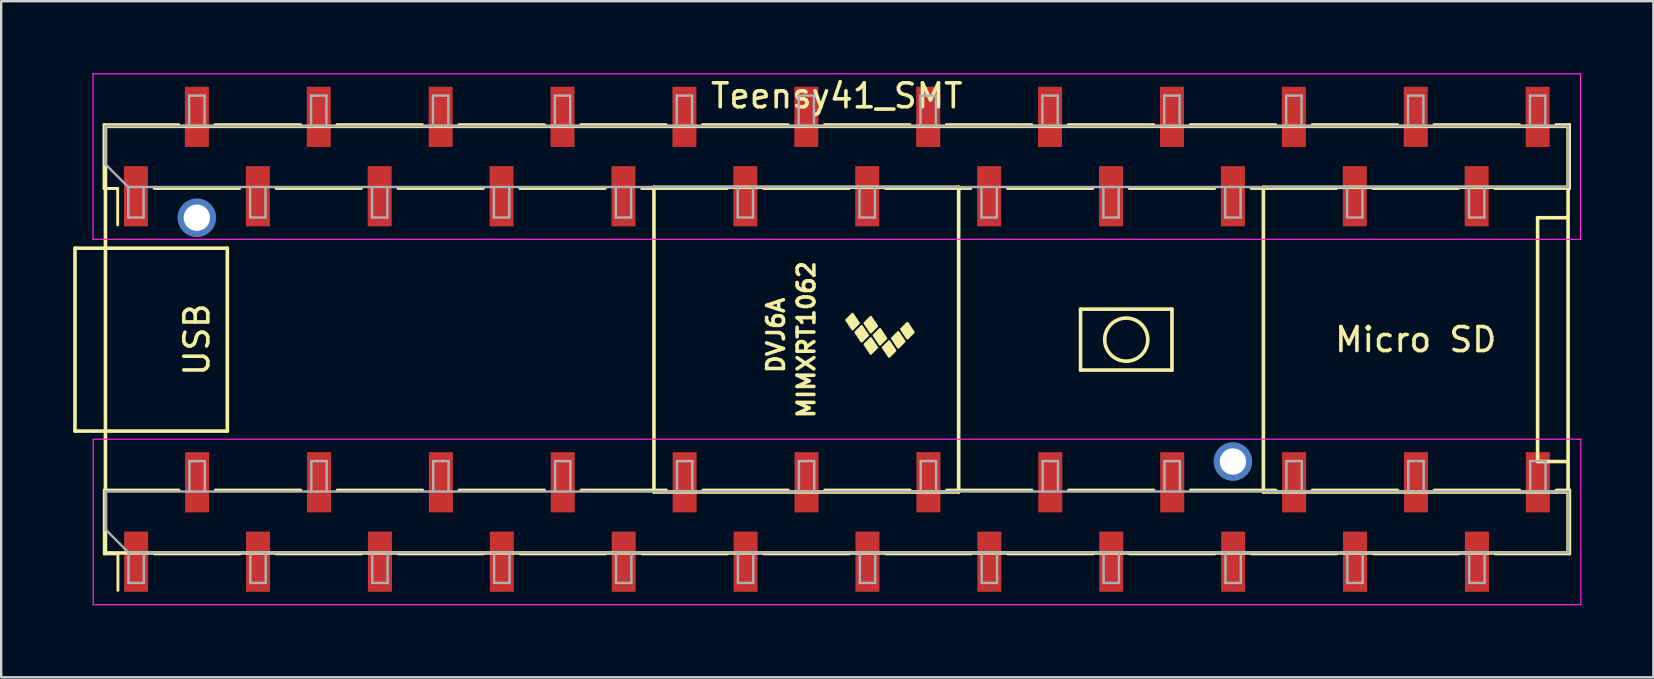
<source format=kicad_pcb>
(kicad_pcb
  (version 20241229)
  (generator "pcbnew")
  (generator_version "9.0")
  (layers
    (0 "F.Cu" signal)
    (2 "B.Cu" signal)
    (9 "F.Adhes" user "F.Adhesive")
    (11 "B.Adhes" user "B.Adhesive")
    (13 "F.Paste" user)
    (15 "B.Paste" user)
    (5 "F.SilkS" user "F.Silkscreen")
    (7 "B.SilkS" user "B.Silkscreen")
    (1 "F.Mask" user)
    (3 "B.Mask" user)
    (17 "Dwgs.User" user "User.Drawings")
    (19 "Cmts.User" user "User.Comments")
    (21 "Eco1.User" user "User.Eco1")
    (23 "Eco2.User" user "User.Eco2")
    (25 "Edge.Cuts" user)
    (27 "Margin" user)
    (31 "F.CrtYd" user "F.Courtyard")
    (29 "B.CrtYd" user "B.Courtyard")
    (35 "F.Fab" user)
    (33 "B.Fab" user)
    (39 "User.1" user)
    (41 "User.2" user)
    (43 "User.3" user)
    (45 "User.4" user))
  (footprint "Teensy41_SMT"
    (layer "F.Cu")
    (at 31.825 11.105)
    (property "Reference" "Teensy41_SMT" (at 0 -10.16 0) (layer "F.SilkS") (effects (font (size 1 1) (thickness 0.15))))
    (attr through_hole)
    (fp_line (start -31.75 -3.81) (end -30.48 -3.81) (stroke (width 0.15) (type solid)) (layer "F.SilkS"))
    (fp_line (start -31.75 3.81) (end -31.75 -3.81) (stroke (width 0.15) (type solid)) (layer "F.SilkS"))
    (fp_line (start -30.54 -8.96) (end -27.43 -8.96) (stroke (width 0.12) (type solid)) (layer "F.SilkS"))
    (fp_line (start -30.54 -6.3) (end -30.54 -8.96) (stroke (width 0.12) (type solid)) (layer "F.SilkS"))
    (fp_line (start -30.54 -6.3) (end -29.97 -6.3) (stroke (width 0.12) (type solid)) (layer "F.SilkS"))
    (fp_line (start -30.53 6.27) (end -27.42 6.27) (stroke (width 0.12) (type solid)) (layer "F.SilkS"))
    (fp_line (start -30.53 8.93) (end -30.53 6.27) (stroke (width 0.12) (type solid)) (layer "F.SilkS"))
    (fp_line (start -30.53 8.93) (end -29.96 8.93) (stroke (width 0.12) (type solid)) (layer "F.SilkS"))
    (fp_line (start -30.48 -8.89) (end 30.48 -8.89) (stroke (width 0.15) (type solid)) (layer "F.SilkS"))
    (fp_line (start -30.48 3.81) (end -31.75 3.81) (stroke (width 0.15) (type solid)) (layer "F.SilkS"))
    (fp_line (start -30.48 8.89) (end -30.48 -8.89) (stroke (width 0.15) (type solid)) (layer "F.SilkS"))
    (fp_line (start -29.97 -6.3) (end -29.97 -4.78) (stroke (width 0.12) (type solid)) (layer "F.SilkS"))
    (fp_line (start -29.96 8.93) (end -29.96 10.45) (stroke (width 0.12) (type solid)) (layer "F.SilkS"))
    (fp_line (start -28.45 -6.3) (end -24.89 -6.3) (stroke (width 0.12) (type solid)) (layer "F.SilkS"))
    (fp_line (start -28.44 8.93) (end -24.88 8.93) (stroke (width 0.12) (type solid)) (layer "F.SilkS"))
    (fp_line (start -25.91 -8.96) (end -22.35 -8.96) (stroke (width 0.12) (type solid)) (layer "F.SilkS"))
    (fp_line (start -25.9 6.27) (end -22.34 6.27) (stroke (width 0.12) (type solid)) (layer "F.SilkS"))
    (fp_line (start -25.4 -3.81) (end -30.48 -3.81) (stroke (width 0.15) (type solid)) (layer "F.SilkS"))
    (fp_line (start -25.4 3.81) (end -30.48 3.81) (stroke (width 0.15) (type solid)) (layer "F.SilkS"))
    (fp_line (start -25.4 3.81) (end -25.4 -3.81) (stroke (width 0.15) (type solid)) (layer "F.SilkS"))
    (fp_line (start -23.37 -6.3) (end -19.81 -6.3) (stroke (width 0.12) (type solid)) (layer "F.SilkS"))
    (fp_line (start -23.36 8.93) (end -19.8 8.93) (stroke (width 0.12) (type solid)) (layer "F.SilkS"))
    (fp_line (start -20.83 -8.96) (end -17.27 -8.96) (stroke (width 0.12) (type solid)) (layer "F.SilkS"))
    (fp_line (start -20.82 6.27) (end -17.26 6.27) (stroke (width 0.12) (type solid)) (layer "F.SilkS"))
    (fp_line (start -18.29 -6.3) (end -14.73 -6.3) (stroke (width 0.12) (type solid)) (layer "F.SilkS"))
    (fp_line (start -18.28 8.93) (end -14.72 8.93) (stroke (width 0.12) (type solid)) (layer "F.SilkS"))
    (fp_line (start -15.75 -8.96) (end -12.19 -8.96) (stroke (width 0.12) (type solid)) (layer "F.SilkS"))
    (fp_line (start -15.74 6.27) (end -12.18 6.27) (stroke (width 0.12) (type solid)) (layer "F.SilkS"))
    (fp_line (start -13.21 -6.3) (end -9.65 -6.3) (stroke (width 0.12) (type solid)) (layer "F.SilkS"))
    (fp_line (start -13.2 8.93) (end -9.64 8.93) (stroke (width 0.12) (type solid)) (layer "F.SilkS"))
    (fp_line (start -10.67 -8.96) (end -7.11 -8.96) (stroke (width 0.12) (type solid)) (layer "F.SilkS"))
    (fp_line (start -10.66 6.27) (end -7.1 6.27) (stroke (width 0.12) (type solid)) (layer "F.SilkS"))
    (fp_line (start -8.13 -6.3) (end -4.57 -6.3) (stroke (width 0.12) (type solid)) (layer "F.SilkS"))
    (fp_line (start -8.12 8.93) (end -4.56 8.93) (stroke (width 0.12) (type solid)) (layer "F.SilkS"))
    (fp_line (start -7.62 -6.35) (end -7.62 6.35) (stroke (width 0.15) (type solid)) (layer "F.SilkS"))
    (fp_line (start -7.62 6.35) (end 5.08 6.35) (stroke (width 0.15) (type solid)) (layer "F.SilkS"))
    (fp_line (start -5.59 -8.96) (end -2.03 -8.96) (stroke (width 0.12) (type solid)) (layer "F.SilkS"))
    (fp_line (start -5.58 6.27) (end -2.02 6.27) (stroke (width 0.12) (type solid)) (layer "F.SilkS"))
    (fp_line (start -3.05 -6.3) (end 0.51 -6.3) (stroke (width 0.12) (type solid)) (layer "F.SilkS"))
    (fp_line (start -3.04 8.93) (end 0.52 8.93) (stroke (width 0.12) (type solid)) (layer "F.SilkS"))
    (fp_line (start -0.51 -8.96) (end 3.05 -8.96) (stroke (width 0.12) (type solid)) (layer "F.SilkS"))
    (fp_line (start -0.5 6.27) (end 3.06 6.27) (stroke (width 0.12) (type solid)) (layer "F.SilkS"))
    (fp_line (start 2.03 -6.3) (end 5.59 -6.3) (stroke (width 0.12) (type solid)) (layer "F.SilkS"))
    (fp_line (start 2.04 8.93) (end 5.6 8.93) (stroke (width 0.12) (type solid)) (layer "F.SilkS"))
    (fp_line (start 4.57 -8.96) (end 8.13 -8.96) (stroke (width 0.12) (type solid)) (layer "F.SilkS"))
    (fp_line (start 4.58 6.27) (end 8.14 6.27) (stroke (width 0.12) (type solid)) (layer "F.SilkS"))
    (fp_line (start 5.08 -6.35) (end -7.62 -6.35) (stroke (width 0.15) (type solid)) (layer "F.SilkS"))
    (fp_line (start 5.08 6.35) (end 5.08 -6.35) (stroke (width 0.15) (type solid)) (layer "F.SilkS"))
    (fp_line (start 7.11 -6.3) (end 10.67 -6.3) (stroke (width 0.12) (type solid)) (layer "F.SilkS"))
    (fp_line (start 7.12 8.93) (end 10.68 8.93) (stroke (width 0.12) (type solid)) (layer "F.SilkS"))
    (fp_line (start 9.65 -8.96) (end 13.21 -8.96) (stroke (width 0.12) (type solid)) (layer "F.SilkS"))
    (fp_line (start 9.66 6.27) (end 13.22 6.27) (stroke (width 0.12) (type solid)) (layer "F.SilkS"))
    (fp_line (start 10.16 -1.27) (end 13.97 -1.27) (stroke (width 0.15) (type solid)) (layer "F.SilkS"))
    (fp_line (start 10.16 1.27) (end 10.16 -1.27) (stroke (width 0.15) (type solid)) (layer "F.SilkS"))
    (fp_line (start 12.19 -6.3) (end 15.75 -6.3) (stroke (width 0.12) (type solid)) (layer "F.SilkS"))
    (fp_line (start 12.2 8.93) (end 15.76 8.93) (stroke (width 0.12) (type solid)) (layer "F.SilkS"))
    (fp_line (start 13.97 -1.27) (end 13.97 1.27) (stroke (width 0.15) (type solid)) (layer "F.SilkS"))
    (fp_line (start 13.97 1.27) (end 10.16 1.27) (stroke (width 0.15) (type solid)) (layer "F.SilkS"))
    (fp_line (start 14.73 -8.96) (end 18.29 -8.96) (stroke (width 0.12) (type solid)) (layer "F.SilkS"))
    (fp_line (start 14.74 6.27) (end 18.3 6.27) (stroke (width 0.12) (type solid)) (layer "F.SilkS"))
    (fp_line (start 17.27 -6.3) (end 20.83 -6.3) (stroke (width 0.12) (type solid)) (layer "F.SilkS"))
    (fp_line (start 17.28 8.93) (end 20.84 8.93) (stroke (width 0.12) (type solid)) (layer "F.SilkS"))
    (fp_line (start 17.78 -6.35) (end 17.78 6.35) (stroke (width 0.15) (type solid)) (layer "F.SilkS"))
    (fp_line (start 17.78 6.35) (end 30.48 6.35) (stroke (width 0.15) (type solid)) (layer "F.SilkS"))
    (fp_line (start 19.81 -8.96) (end 23.37 -8.96) (stroke (width 0.12) (type solid)) (layer "F.SilkS"))
    (fp_line (start 19.82 6.27) (end 23.38 6.27) (stroke (width 0.12) (type solid)) (layer "F.SilkS"))
    (fp_line (start 22.35 -6.3) (end 25.91 -6.3) (stroke (width 0.12) (type solid)) (layer "F.SilkS"))
    (fp_line (start 22.36 8.93) (end 25.92 8.93) (stroke (width 0.12) (type solid)) (layer "F.SilkS"))
    (fp_line (start 24.89 -8.96) (end 28.45 -8.96) (stroke (width 0.12) (type solid)) (layer "F.SilkS"))
    (fp_line (start 24.9 6.27) (end 28.46 6.27) (stroke (width 0.12) (type solid)) (layer "F.SilkS"))
    (fp_line (start 27.43 -6.3) (end 30.54 -6.3) (stroke (width 0.12) (type solid)) (layer "F.SilkS"))
    (fp_line (start 27.44 8.93) (end 30.55 8.93) (stroke (width 0.12) (type solid)) (layer "F.SilkS"))
    (fp_line (start 29.21 -5.08) (end 29.21 5.08) (stroke (width 0.15) (type solid)) (layer "F.SilkS"))
    (fp_line (start 29.21 5.08) (end 30.48 5.08) (stroke (width 0.15) (type solid)) (layer "F.SilkS"))
    (fp_line (start 29.97 -8.96) (end 30.54 -8.96) (stroke (width 0.12) (type solid)) (layer "F.SilkS"))
    (fp_line (start 29.98 6.27) (end 30.55 6.27) (stroke (width 0.12) (type solid)) (layer "F.SilkS"))
    (fp_line (start 30.48 -8.89) (end 30.48 8.89) (stroke (width 0.15) (type solid)) (layer "F.SilkS"))
    (fp_line (start 30.48 -6.35) (end 17.78 -6.35) (stroke (width 0.15) (type solid)) (layer "F.SilkS"))
    (fp_line (start 30.48 -5.08) (end 29.21 -5.08) (stroke (width 0.15) (type solid)) (layer "F.SilkS"))
    (fp_line (start 30.48 8.89) (end -30.48 8.89) (stroke (width 0.15) (type solid)) (layer "F.SilkS"))
    (fp_line (start 30.54 -6.3) (end 30.54 -8.96) (stroke (width 0.12) (type solid)) (layer "F.SilkS"))
    (fp_line (start 30.55 8.93) (end 30.55 6.27) (stroke (width 0.12) (type solid)) (layer "F.SilkS"))
    (fp_circle (center 12.065 0) (end 12.7 -0.635) (stroke (width 0.15) (type solid)) (fill no) (layer "F.SilkS"))
    (fp_poly (pts (xy 0.911 -0.688) (xy 0.657 -0.434) (xy 0.403 -0.815) (xy 0.657 -1.069)) (stroke (width 0.1) (type solid)) (fill yes) (layer "F.SilkS"))
    (fp_poly (pts (xy 1.292 -0.18) (xy 1.038 0.074) (xy 0.784 -0.307) (xy 1.038 -0.561)) (stroke (width 0.1) (type solid)) (fill yes) (layer "F.SilkS"))
    (fp_poly (pts (xy 1.673 -0.561) (xy 1.419 -0.307) (xy 1.165 -0.688) (xy 1.419 -0.942)) (stroke (width 0.1) (type solid)) (fill yes) (layer "F.SilkS"))
    (fp_poly (pts (xy 1.673 0.328) (xy 1.419 0.582) (xy 1.165 0.201) (xy 1.419 -0.053)) (stroke (width 0.1) (type solid)) (fill yes) (layer "F.SilkS"))
    (fp_poly (pts (xy 2.054 -0.053) (xy 1.8 0.201) (xy 1.546 -0.18) (xy 1.8 -0.434)) (stroke (width 0.1) (type solid)) (fill yes) (layer "F.SilkS"))
    (fp_poly (pts (xy 2.435 0.455) (xy 2.181 0.709) (xy 1.927 0.328) (xy 2.181 0.074)) (stroke (width 0.1) (type solid)) (fill yes) (layer "F.SilkS"))
    (fp_poly (pts (xy 2.816 0.074) (xy 2.562 0.328) (xy 2.308 -0.053) (xy 2.562 -0.307)) (stroke (width 0.1) (type solid)) (fill yes) (layer "F.SilkS"))
    (fp_poly (pts (xy 3.197 -0.307) (xy 2.943 -0.053) (xy 2.689 -0.434) (xy 2.943 -0.688)) (stroke (width 0.1) (type solid)) (fill yes) (layer "F.SilkS"))
    (fp_line (start -31 -11.08) (end -31 -4.18) (stroke (width 0.05) (type solid)) (layer "F.CrtYd"))
    (fp_line (start -31 -4.18) (end 31 -4.18) (stroke (width 0.05) (type solid)) (layer "F.CrtYd"))
    (fp_line (start -30.99 4.15) (end -30.99 11.05) (stroke (width 0.05) (type solid)) (layer "F.CrtYd"))
    (fp_line (start -30.99 11.05) (end 31.01 11.05) (stroke (width 0.05) (type solid)) (layer "F.CrtYd"))
    (fp_line (start 31 -11.08) (end -31 -11.08) (stroke (width 0.05) (type solid)) (layer "F.CrtYd"))
    (fp_line (start 31 -4.18) (end 31 -11.08) (stroke (width 0.05) (type solid)) (layer "F.CrtYd"))
    (fp_line (start 31.01 4.15) (end -30.99 4.15) (stroke (width 0.05) (type solid)) (layer "F.CrtYd"))
    (fp_line (start 31.01 11.05) (end 31.01 4.15) (stroke (width 0.05) (type solid)) (layer "F.CrtYd"))
    (fp_line (start -30.48 -8.9) (end 30.48 -8.9) (stroke (width 0.1) (type solid)) (layer "F.Fab"))
    (fp_line (start -30.48 -7.31) (end -30.48 -8.9) (stroke (width 0.1) (type solid)) (layer "F.Fab"))
    (fp_line (start -30.47 6.33) (end 30.49 6.33) (stroke (width 0.1) (type solid)) (layer "F.Fab"))
    (fp_line (start -30.47 7.92) (end -30.47 6.33) (stroke (width 0.1) (type solid)) (layer "F.Fab"))
    (fp_line (start -29.53 -6.36) (end -30.48 -7.31) (stroke (width 0.1) (type solid)) (layer "F.Fab"))
    (fp_line (start -29.53 -6.36) (end -29.53 -5.09) (stroke (width 0.1) (type solid)) (layer "F.Fab"))
    (fp_line (start -29.53 -5.09) (end -28.89 -5.09) (stroke (width 0.1) (type solid)) (layer "F.Fab"))
    (fp_line (start -29.52 8.87) (end -30.47 7.92) (stroke (width 0.1) (type solid)) (layer "F.Fab"))
    (fp_line (start -29.52 8.87) (end -29.52 10.14) (stroke (width 0.1) (type solid)) (layer "F.Fab"))
    (fp_line (start -29.52 10.14) (end -28.88 10.14) (stroke (width 0.1) (type solid)) (layer "F.Fab"))
    (fp_line (start -28.89 -5.09) (end -28.89 -6.36) (stroke (width 0.1) (type solid)) (layer "F.Fab"))
    (fp_line (start -28.88 10.14) (end -28.88 8.87) (stroke (width 0.1) (type solid)) (layer "F.Fab"))
    (fp_line (start -26.99 -10.17) (end -26.35 -10.17) (stroke (width 0.1) (type solid)) (layer "F.Fab"))
    (fp_line (start -26.99 -8.9) (end -26.99 -10.17) (stroke (width 0.1) (type solid)) (layer "F.Fab"))
    (fp_line (start -26.98 5.06) (end -26.34 5.06) (stroke (width 0.1) (type solid)) (layer "F.Fab"))
    (fp_line (start -26.98 6.33) (end -26.98 5.06) (stroke (width 0.1) (type solid)) (layer "F.Fab"))
    (fp_line (start -26.35 -10.17) (end -26.35 -8.9) (stroke (width 0.1) (type solid)) (layer "F.Fab"))
    (fp_line (start -26.34 5.06) (end -26.34 6.33) (stroke (width 0.1) (type solid)) (layer "F.Fab"))
    (fp_line (start -24.45 -6.36) (end -24.45 -5.09) (stroke (width 0.1) (type solid)) (layer "F.Fab"))
    (fp_line (start -24.45 -5.09) (end -23.81 -5.09) (stroke (width 0.1) (type solid)) (layer "F.Fab"))
    (fp_line (start -24.44 8.87) (end -24.44 10.14) (stroke (width 0.1) (type solid)) (layer "F.Fab"))
    (fp_line (start -24.44 10.14) (end -23.8 10.14) (stroke (width 0.1) (type solid)) (layer "F.Fab"))
    (fp_line (start -23.81 -5.09) (end -23.81 -6.36) (stroke (width 0.1) (type solid)) (layer "F.Fab"))
    (fp_line (start -23.8 10.14) (end -23.8 8.87) (stroke (width 0.1) (type solid)) (layer "F.Fab"))
    (fp_line (start -21.91 -10.17) (end -21.27 -10.17) (stroke (width 0.1) (type solid)) (layer "F.Fab"))
    (fp_line (start -21.91 -8.9) (end -21.91 -10.17) (stroke (width 0.1) (type solid)) (layer "F.Fab"))
    (fp_line (start -21.9 5.06) (end -21.26 5.06) (stroke (width 0.1) (type solid)) (layer "F.Fab"))
    (fp_line (start -21.9 6.33) (end -21.9 5.06) (stroke (width 0.1) (type solid)) (layer "F.Fab"))
    (fp_line (start -21.27 -10.17) (end -21.27 -8.9) (stroke (width 0.1) (type solid)) (layer "F.Fab"))
    (fp_line (start -21.26 5.06) (end -21.26 6.33) (stroke (width 0.1) (type solid)) (layer "F.Fab"))
    (fp_line (start -19.37 -6.36) (end -19.37 -5.09) (stroke (width 0.1) (type solid)) (layer "F.Fab"))
    (fp_line (start -19.37 -5.09) (end -18.73 -5.09) (stroke (width 0.1) (type solid)) (layer "F.Fab"))
    (fp_line (start -19.36 8.87) (end -19.36 10.14) (stroke (width 0.1) (type solid)) (layer "F.Fab"))
    (fp_line (start -19.36 10.14) (end -18.72 10.14) (stroke (width 0.1) (type solid)) (layer "F.Fab"))
    (fp_line (start -18.73 -5.09) (end -18.73 -6.36) (stroke (width 0.1) (type solid)) (layer "F.Fab"))
    (fp_line (start -18.72 10.14) (end -18.72 8.87) (stroke (width 0.1) (type solid)) (layer "F.Fab"))
    (fp_line (start -16.83 -10.17) (end -16.19 -10.17) (stroke (width 0.1) (type solid)) (layer "F.Fab"))
    (fp_line (start -16.83 -8.9) (end -16.83 -10.17) (stroke (width 0.1) (type solid)) (layer "F.Fab"))
    (fp_line (start -16.82 5.06) (end -16.18 5.06) (stroke (width 0.1) (type solid)) (layer "F.Fab"))
    (fp_line (start -16.82 6.33) (end -16.82 5.06) (stroke (width 0.1) (type solid)) (layer "F.Fab"))
    (fp_line (start -16.19 -10.17) (end -16.19 -8.9) (stroke (width 0.1) (type solid)) (layer "F.Fab"))
    (fp_line (start -16.18 5.06) (end -16.18 6.33) (stroke (width 0.1) (type solid)) (layer "F.Fab"))
    (fp_line (start -14.29 -6.36) (end -14.29 -5.09) (stroke (width 0.1) (type solid)) (layer "F.Fab"))
    (fp_line (start -14.29 -5.09) (end -13.65 -5.09) (stroke (width 0.1) (type solid)) (layer "F.Fab"))
    (fp_line (start -14.28 8.87) (end -14.28 10.14) (stroke (width 0.1) (type solid)) (layer "F.Fab"))
    (fp_line (start -14.28 10.14) (end -13.64 10.14) (stroke (width 0.1) (type solid)) (layer "F.Fab"))
    (fp_line (start -13.65 -5.09) (end -13.65 -6.36) (stroke (width 0.1) (type solid)) (layer "F.Fab"))
    (fp_line (start -13.64 10.14) (end -13.64 8.87) (stroke (width 0.1) (type solid)) (layer "F.Fab"))
    (fp_line (start -11.75 -10.17) (end -11.11 -10.17) (stroke (width 0.1) (type solid)) (layer "F.Fab"))
    (fp_line (start -11.75 -8.9) (end -11.75 -10.17) (stroke (width 0.1) (type solid)) (layer "F.Fab"))
    (fp_line (start -11.74 5.06) (end -11.1 5.06) (stroke (width 0.1) (type solid)) (layer "F.Fab"))
    (fp_line (start -11.74 6.33) (end -11.74 5.06) (stroke (width 0.1) (type solid)) (layer "F.Fab"))
    (fp_line (start -11.11 -10.17) (end -11.11 -8.9) (stroke (width 0.1) (type solid)) (layer "F.Fab"))
    (fp_line (start -11.1 5.06) (end -11.1 6.33) (stroke (width 0.1) (type solid)) (layer "F.Fab"))
    (fp_line (start -9.21 -6.36) (end -9.21 -5.09) (stroke (width 0.1) (type solid)) (layer "F.Fab"))
    (fp_line (start -9.21 -5.09) (end -8.57 -5.09) (stroke (width 0.1) (type solid)) (layer "F.Fab"))
    (fp_line (start -9.2 8.87) (end -9.2 10.14) (stroke (width 0.1) (type solid)) (layer "F.Fab"))
    (fp_line (start -9.2 10.14) (end -8.56 10.14) (stroke (width 0.1) (type solid)) (layer "F.Fab"))
    (fp_line (start -8.57 -5.09) (end -8.57 -6.36) (stroke (width 0.1) (type solid)) (layer "F.Fab"))
    (fp_line (start -8.56 10.14) (end -8.56 8.87) (stroke (width 0.1) (type solid)) (layer "F.Fab"))
    (fp_line (start -6.67 -10.17) (end -6.03 -10.17) (stroke (width 0.1) (type solid)) (layer "F.Fab"))
    (fp_line (start -6.67 -8.9) (end -6.67 -10.17) (stroke (width 0.1) (type solid)) (layer "F.Fab"))
    (fp_line (start -6.66 5.06) (end -6.02 5.06) (stroke (width 0.1) (type solid)) (layer "F.Fab"))
    (fp_line (start -6.66 6.33) (end -6.66 5.06) (stroke (width 0.1) (type solid)) (layer "F.Fab"))
    (fp_line (start -6.03 -10.17) (end -6.03 -8.9) (stroke (width 0.1) (type solid)) (layer "F.Fab"))
    (fp_line (start -6.02 5.06) (end -6.02 6.33) (stroke (width 0.1) (type solid)) (layer "F.Fab"))
    (fp_line (start -4.13 -6.36) (end -4.13 -5.09) (stroke (width 0.1) (type solid)) (layer "F.Fab"))
    (fp_line (start -4.13 -5.09) (end -3.49 -5.09) (stroke (width 0.1) (type solid)) (layer "F.Fab"))
    (fp_line (start -4.12 8.87) (end -4.12 10.14) (stroke (width 0.1) (type solid)) (layer "F.Fab"))
    (fp_line (start -4.12 10.14) (end -3.48 10.14) (stroke (width 0.1) (type solid)) (layer "F.Fab"))
    (fp_line (start -3.49 -5.09) (end -3.49 -6.36) (stroke (width 0.1) (type solid)) (layer "F.Fab"))
    (fp_line (start -3.48 10.14) (end -3.48 8.87) (stroke (width 0.1) (type solid)) (layer "F.Fab"))
    (fp_line (start -1.59 -10.17) (end -0.95 -10.17) (stroke (width 0.1) (type solid)) (layer "F.Fab"))
    (fp_line (start -1.59 -8.9) (end -1.59 -10.17) (stroke (width 0.1) (type solid)) (layer "F.Fab"))
    (fp_line (start -1.58 5.06) (end -0.94 5.06) (stroke (width 0.1) (type solid)) (layer "F.Fab"))
    (fp_line (start -1.58 6.33) (end -1.58 5.06) (stroke (width 0.1) (type solid)) (layer "F.Fab"))
    (fp_line (start -0.95 -10.17) (end -0.95 -8.9) (stroke (width 0.1) (type solid)) (layer "F.Fab"))
    (fp_line (start -0.94 5.06) (end -0.94 6.33) (stroke (width 0.1) (type solid)) (layer "F.Fab"))
    (fp_line (start 0.95 -6.36) (end 0.95 -5.09) (stroke (width 0.1) (type solid)) (layer "F.Fab"))
    (fp_line (start 0.95 -5.09) (end 1.59 -5.09) (stroke (width 0.1) (type solid)) (layer "F.Fab"))
    (fp_line (start 0.96 8.87) (end 0.96 10.14) (stroke (width 0.1) (type solid)) (layer "F.Fab"))
    (fp_line (start 0.96 10.14) (end 1.6 10.14) (stroke (width 0.1) (type solid)) (layer "F.Fab"))
    (fp_line (start 1.59 -5.09) (end 1.59 -6.36) (stroke (width 0.1) (type solid)) (layer "F.Fab"))
    (fp_line (start 1.6 10.14) (end 1.6 8.87) (stroke (width 0.1) (type solid)) (layer "F.Fab"))
    (fp_line (start 3.49 -10.17) (end 4.13 -10.17) (stroke (width 0.1) (type solid)) (layer "F.Fab"))
    (fp_line (start 3.49 -8.9) (end 3.49 -10.17) (stroke (width 0.1) (type solid)) (layer "F.Fab"))
    (fp_line (start 3.5 5.06) (end 4.14 5.06) (stroke (width 0.1) (type solid)) (layer "F.Fab"))
    (fp_line (start 3.5 6.33) (end 3.5 5.06) (stroke (width 0.1) (type solid)) (layer "F.Fab"))
    (fp_line (start 4.13 -10.17) (end 4.13 -8.9) (stroke (width 0.1) (type solid)) (layer "F.Fab"))
    (fp_line (start 4.14 5.06) (end 4.14 6.33) (stroke (width 0.1) (type solid)) (layer "F.Fab"))
    (fp_line (start 6.03 -6.36) (end 6.03 -5.09) (stroke (width 0.1) (type solid)) (layer "F.Fab"))
    (fp_line (start 6.03 -5.09) (end 6.67 -5.09) (stroke (width 0.1) (type solid)) (layer "F.Fab"))
    (fp_line (start 6.04 8.87) (end 6.04 10.14) (stroke (width 0.1) (type solid)) (layer "F.Fab"))
    (fp_line (start 6.04 10.14) (end 6.68 10.14) (stroke (width 0.1) (type solid)) (layer "F.Fab"))
    (fp_line (start 6.67 -5.09) (end 6.67 -6.36) (stroke (width 0.1) (type solid)) (layer "F.Fab"))
    (fp_line (start 6.68 10.14) (end 6.68 8.87) (stroke (width 0.1) (type solid)) (layer "F.Fab"))
    (fp_line (start 8.57 -10.17) (end 9.21 -10.17) (stroke (width 0.1) (type solid)) (layer "F.Fab"))
    (fp_line (start 8.57 -8.9) (end 8.57 -10.17) (stroke (width 0.1) (type solid)) (layer "F.Fab"))
    (fp_line (start 8.58 5.06) (end 9.22 5.06) (stroke (width 0.1) (type solid)) (layer "F.Fab"))
    (fp_line (start 8.58 6.33) (end 8.58 5.06) (stroke (width 0.1) (type solid)) (layer "F.Fab"))
    (fp_line (start 9.21 -10.17) (end 9.21 -8.9) (stroke (width 0.1) (type solid)) (layer "F.Fab"))
    (fp_line (start 9.22 5.06) (end 9.22 6.33) (stroke (width 0.1) (type solid)) (layer "F.Fab"))
    (fp_line (start 11.11 -6.36) (end 11.11 -5.09) (stroke (width 0.1) (type solid)) (layer "F.Fab"))
    (fp_line (start 11.11 -5.09) (end 11.75 -5.09) (stroke (width 0.1) (type solid)) (layer "F.Fab"))
    (fp_line (start 11.12 8.87) (end 11.12 10.14) (stroke (width 0.1) (type solid)) (layer "F.Fab"))
    (fp_line (start 11.12 10.14) (end 11.76 10.14) (stroke (width 0.1) (type solid)) (layer "F.Fab"))
    (fp_line (start 11.75 -5.09) (end 11.75 -6.36) (stroke (width 0.1) (type solid)) (layer "F.Fab"))
    (fp_line (start 11.76 10.14) (end 11.76 8.87) (stroke (width 0.1) (type solid)) (layer "F.Fab"))
    (fp_line (start 13.65 -10.17) (end 14.29 -10.17) (stroke (width 0.1) (type solid)) (layer "F.Fab"))
    (fp_line (start 13.65 -8.9) (end 13.65 -10.17) (stroke (width 0.1) (type solid)) (layer "F.Fab"))
    (fp_line (start 13.66 5.06) (end 14.3 5.06) (stroke (width 0.1) (type solid)) (layer "F.Fab"))
    (fp_line (start 13.66 6.33) (end 13.66 5.06) (stroke (width 0.1) (type solid)) (layer "F.Fab"))
    (fp_line (start 14.29 -10.17) (end 14.29 -8.9) (stroke (width 0.1) (type solid)) (layer "F.Fab"))
    (fp_line (start 14.3 5.06) (end 14.3 6.33) (stroke (width 0.1) (type solid)) (layer "F.Fab"))
    (fp_line (start 16.19 -6.36) (end 16.19 -5.09) (stroke (width 0.1) (type solid)) (layer "F.Fab"))
    (fp_line (start 16.19 -5.09) (end 16.83 -5.09) (stroke (width 0.1) (type solid)) (layer "F.Fab"))
    (fp_line (start 16.2 8.87) (end 16.2 10.14) (stroke (width 0.1) (type solid)) (layer "F.Fab"))
    (fp_line (start 16.2 10.14) (end 16.84 10.14) (stroke (width 0.1) (type solid)) (layer "F.Fab"))
    (fp_line (start 16.83 -5.09) (end 16.83 -6.36) (stroke (width 0.1) (type solid)) (layer "F.Fab"))
    (fp_line (start 16.84 10.14) (end 16.84 8.87) (stroke (width 0.1) (type solid)) (layer "F.Fab"))
    (fp_line (start 18.73 -10.17) (end 19.37 -10.17) (stroke (width 0.1) (type solid)) (layer "F.Fab"))
    (fp_line (start 18.73 -8.9) (end 18.73 -10.17) (stroke (width 0.1) (type solid)) (layer "F.Fab"))
    (fp_line (start 18.74 5.06) (end 19.38 5.06) (stroke (width 0.1) (type solid)) (layer "F.Fab"))
    (fp_line (start 18.74 6.33) (end 18.74 5.06) (stroke (width 0.1) (type solid)) (layer "F.Fab"))
    (fp_line (start 19.37 -10.17) (end 19.37 -8.9) (stroke (width 0.1) (type solid)) (layer "F.Fab"))
    (fp_line (start 19.38 5.06) (end 19.38 6.33) (stroke (width 0.1) (type solid)) (layer "F.Fab"))
    (fp_line (start 21.27 -6.36) (end 21.27 -5.09) (stroke (width 0.1) (type solid)) (layer "F.Fab"))
    (fp_line (start 21.27 -5.09) (end 21.91 -5.09) (stroke (width 0.1) (type solid)) (layer "F.Fab"))
    (fp_line (start 21.28 8.87) (end 21.28 10.14) (stroke (width 0.1) (type solid)) (layer "F.Fab"))
    (fp_line (start 21.28 10.14) (end 21.92 10.14) (stroke (width 0.1) (type solid)) (layer "F.Fab"))
    (fp_line (start 21.91 -5.09) (end 21.91 -6.36) (stroke (width 0.1) (type solid)) (layer "F.Fab"))
    (fp_line (start 21.92 10.14) (end 21.92 8.87) (stroke (width 0.1) (type solid)) (layer "F.Fab"))
    (fp_line (start 23.81 -10.17) (end 24.45 -10.17) (stroke (width 0.1) (type solid)) (layer "F.Fab"))
    (fp_line (start 23.81 -8.9) (end 23.81 -10.17) (stroke (width 0.1) (type solid)) (layer "F.Fab"))
    (fp_line (start 23.82 5.06) (end 24.46 5.06) (stroke (width 0.1) (type solid)) (layer "F.Fab"))
    (fp_line (start 23.82 6.33) (end 23.82 5.06) (stroke (width 0.1) (type solid)) (layer "F.Fab"))
    (fp_line (start 24.45 -10.17) (end 24.45 -8.9) (stroke (width 0.1) (type solid)) (layer "F.Fab"))
    (fp_line (start 24.46 5.06) (end 24.46 6.33) (stroke (width 0.1) (type solid)) (layer "F.Fab"))
    (fp_line (start 26.35 -6.36) (end 26.35 -5.09) (stroke (width 0.1) (type solid)) (layer "F.Fab"))
    (fp_line (start 26.35 -5.09) (end 26.99 -5.09) (stroke (width 0.1) (type solid)) (layer "F.Fab"))
    (fp_line (start 26.36 8.87) (end 26.36 10.14) (stroke (width 0.1) (type solid)) (layer "F.Fab"))
    (fp_line (start 26.36 10.14) (end 27 10.14) (stroke (width 0.1) (type solid)) (layer "F.Fab"))
    (fp_line (start 26.99 -5.09) (end 26.99 -6.36) (stroke (width 0.1) (type solid)) (layer "F.Fab"))
    (fp_line (start 27 10.14) (end 27 8.87) (stroke (width 0.1) (type solid)) (layer "F.Fab"))
    (fp_line (start 28.89 -10.17) (end 29.53 -10.17) (stroke (width 0.1) (type solid)) (layer "F.Fab"))
    (fp_line (start 28.89 -8.9) (end 28.89 -10.17) (stroke (width 0.1) (type solid)) (layer "F.Fab"))
    (fp_line (start 28.9 5.06) (end 29.54 5.06) (stroke (width 0.1) (type solid)) (layer "F.Fab"))
    (fp_line (start 28.9 6.33) (end 28.9 5.06) (stroke (width 0.1) (type solid)) (layer "F.Fab"))
    (fp_line (start 29.53 -10.17) (end 29.53 -8.9) (stroke (width 0.1) (type solid)) (layer "F.Fab"))
    (fp_line (start 29.54 5.06) (end 29.54 6.33) (stroke (width 0.1) (type solid)) (layer "F.Fab"))
    (fp_line (start 30.48 -8.9) (end 30.48 -6.36) (stroke (width 0.1) (type solid)) (layer "F.Fab"))
    (fp_line (start 30.48 -6.36) (end -29.53 -6.36) (stroke (width 0.1) (type solid)) (layer "F.Fab"))
    (fp_line (start 30.49 6.33) (end 30.49 8.87) (stroke (width 0.1) (type solid)) (layer "F.Fab"))
    (fp_line (start 30.49 8.87) (end -29.52 8.87) (stroke (width 0.1) (type solid)) (layer "F.Fab"))
    (fp_text user "USB" (at -26.67 0 270) (layer "F.SilkS") (effects (font (size 1 1) (thickness 0.15))))
    (fp_text user "MIMXRT1062" (at -1.27 0 270) (layer "F.SilkS") (effects (font (size 0.7 0.7) (thickness 0.15))))
    (fp_text user "Micro SD" (at 24.13 0 0) (layer "F.SilkS") (effects (font (size 1 1) (thickness 0.15))))
    (fp_text user "DVJ6A" (at -2.54 -0.18 270) (layer "F.SilkS") (effects (font (size 0.7 0.7) (thickness 0.15))))
    (pad "1" smd rect (at -29.2 9.255 90) (size 2.51 1) (layers "F.Cu" "F.Mask" "F.Paste"))
    (pad "2" smd rect (at -26.66 5.945 90) (size 2.51 1) (layers "F.Cu" "F.Mask" "F.Paste"))
    (pad "3" smd rect (at -24.12 9.255 90) (size 2.51 1) (layers "F.Cu" "F.Mask" "F.Paste"))
    (pad "4" smd rect (at -21.58 5.945 90) (size 2.51 1) (layers "F.Cu" "F.Mask" "F.Paste"))
    (pad "5" smd rect (at -19.04 9.255 90) (size 2.51 1) (layers "F.Cu" "F.Mask" "F.Paste"))
    (pad "6" smd rect (at -16.5 5.945 90) (size 2.51 1) (layers "F.Cu" "F.Mask" "F.Paste"))
    (pad "7" smd rect (at -13.96 9.255 90) (size 2.51 1) (layers "F.Cu" "F.Mask" "F.Paste"))
    (pad "8" smd rect (at -11.42 5.945 90) (size 2.51 1) (layers "F.Cu" "F.Mask" "F.Paste"))
    (pad "9" smd rect (at -8.88 9.255 90) (size 2.51 1) (layers "F.Cu" "F.Mask" "F.Paste"))
    (pad "10" smd rect (at -6.34 5.945 90) (size 2.51 1) (layers "F.Cu" "F.Mask" "F.Paste"))
    (pad "11" smd rect (at -3.8 9.255 90) (size 2.51 1) (layers "F.Cu" "F.Mask" "F.Paste"))
    (pad "12" smd rect (at -1.26 5.945 90) (size 2.51 1) (layers "F.Cu" "F.Mask" "F.Paste"))
    (pad "13" smd rect (at 1.28 9.255 90) (size 2.51 1) (layers "F.Cu" "F.Mask" "F.Paste"))
    (pad "14" smd rect (at 3.82 5.945 90) (size 2.51 1) (layers "F.Cu" "F.Mask" "F.Paste"))
    (pad "15" smd rect (at 6.36 9.255 90) (size 2.51 1) (layers "F.Cu" "F.Mask" "F.Paste"))
    (pad "16" smd rect (at 8.9 5.945 90) (size 2.51 1) (layers "F.Cu" "F.Mask" "F.Paste"))
    (pad "17" smd rect (at 11.44 9.255 90) (size 2.51 1) (layers "F.Cu" "F.Mask" "F.Paste"))
    (pad "18" smd rect (at 13.98 5.945 90) (size 2.51 1) (layers "F.Cu" "F.Mask" "F.Paste"))
    (pad "19" smd rect (at 16.52 9.255 90) (size 2.51 1) (layers "F.Cu" "F.Mask" "F.Paste"))
    (pad "20" smd rect (at 19.06 5.945 90) (size 2.51 1) (layers "F.Cu" "F.Mask" "F.Paste"))
    (pad "21" smd rect (at 21.6 9.255 90) (size 2.51 1) (layers "F.Cu" "F.Mask" "F.Paste"))
    (pad "22" smd rect (at 24.14 5.945 90) (size 2.51 1) (layers "F.Cu" "F.Mask" "F.Paste"))
    (pad "23" smd rect (at 26.68 9.255 90) (size 2.51 1) (layers "F.Cu" "F.Mask" "F.Paste"))
    (pad "24" smd rect (at 29.22 5.945 90) (size 2.51 1) (layers "F.Cu" "F.Mask" "F.Paste"))
    (pad "25" smd rect (at 29.21 -9.285 90) (size 2.51 1) (layers "F.Cu" "F.Mask" "F.Paste"))
    (pad "26" smd rect (at 26.67 -5.975 90) (size 2.51 1) (layers "F.Cu" "F.Mask" "F.Paste"))
    (pad "27" smd rect (at 24.13 -9.285 90) (size 2.51 1) (layers "F.Cu" "F.Mask" "F.Paste"))
    (pad "28" smd rect (at 21.59 -5.975 90) (size 2.51 1) (layers "F.Cu" "F.Mask" "F.Paste"))
    (pad "29" smd rect (at 19.05 -9.285 90) (size 2.51 1) (layers "F.Cu" "F.Mask" "F.Paste"))
    (pad "30" smd rect (at 16.51 -5.975 90) (size 2.51 1) (layers "F.Cu" "F.Mask" "F.Paste"))
    (pad "31" smd rect (at 13.97 -9.285 90) (size 2.51 1) (layers "F.Cu" "F.Mask" "F.Paste"))
    (pad "32" smd rect (at 11.43 -5.975 90) (size 2.51 1) (layers "F.Cu" "F.Mask" "F.Paste"))
    (pad "33" smd rect (at 8.89 -9.285 90) (size 2.51 1) (layers "F.Cu" "F.Mask" "F.Paste"))
    (pad "34" smd rect (at 6.35 -5.975 90) (size 2.51 1) (layers "F.Cu" "F.Mask" "F.Paste"))
    (pad "35" smd rect (at 3.81 -9.285 90) (size 2.51 1) (layers "F.Cu" "F.Mask" "F.Paste"))
    (pad "36" smd rect (at 1.27 -5.975 90) (size 2.51 1) (layers "F.Cu" "F.Mask" "F.Paste"))
    (pad "37" smd rect (at -1.27 -9.285 90) (size 2.51 1) (layers "F.Cu" "F.Mask" "F.Paste"))
    (pad "38" smd rect (at -3.81 -5.975 90) (size 2.51 1) (layers "F.Cu" "F.Mask" "F.Paste"))
    (pad "39" smd rect (at -6.35 -9.285 90) (size 2.51 1) (layers "F.Cu" "F.Mask" "F.Paste"))
    (pad "40" smd rect (at -8.89 -5.975 90) (size 2.51 1) (layers "F.Cu" "F.Mask" "F.Paste"))
    (pad "41" smd rect (at -11.43 -9.285 90) (size 2.51 1) (layers "F.Cu" "F.Mask" "F.Paste"))
    (pad "42" smd rect (at -13.97 -5.975 90) (size 2.51 1) (layers "F.Cu" "F.Mask" "F.Paste"))
    (pad "43" smd rect (at -16.51 -9.285 90) (size 2.51 1) (layers "F.Cu" "F.Mask" "F.Paste"))
    (pad "44" smd rect (at -19.05 -5.975 90) (size 2.51 1) (layers "F.Cu" "F.Mask" "F.Paste"))
    (pad "45" smd rect (at -21.59 -9.285 90) (size 2.51 1) (layers "F.Cu" "F.Mask" "F.Paste"))
    (pad "46" smd rect (at -24.13 -5.975 90) (size 2.51 1) (layers "F.Cu" "F.Mask" "F.Paste"))
    (pad "47" smd rect (at -26.67 -9.285 90) (size 2.51 1) (layers "F.Cu" "F.Mask" "F.Paste"))
    (pad "48" smd rect (at -29.21 -5.975 90) (size 2.51 1) (layers "F.Cu" "F.Mask" "F.Paste"))
    (pad "49" thru_hole circle (at -26.67 -5.08) (size 1.6 1.6) (drill 1.1) (layers "*.Cu" "*.Mask"))
    (pad "50" thru_hole circle (at 16.51 5.08) (size 1.6 1.6) (drill 1.1) (layers "*.Cu" "*.Mask")))
  (gr_rect
    (start -3 -3)
    (end 65.86 25.18)
    (stroke (width 0.1) (type default))
    (fill no)
    (layer "Edge.Cuts")))
</source>
